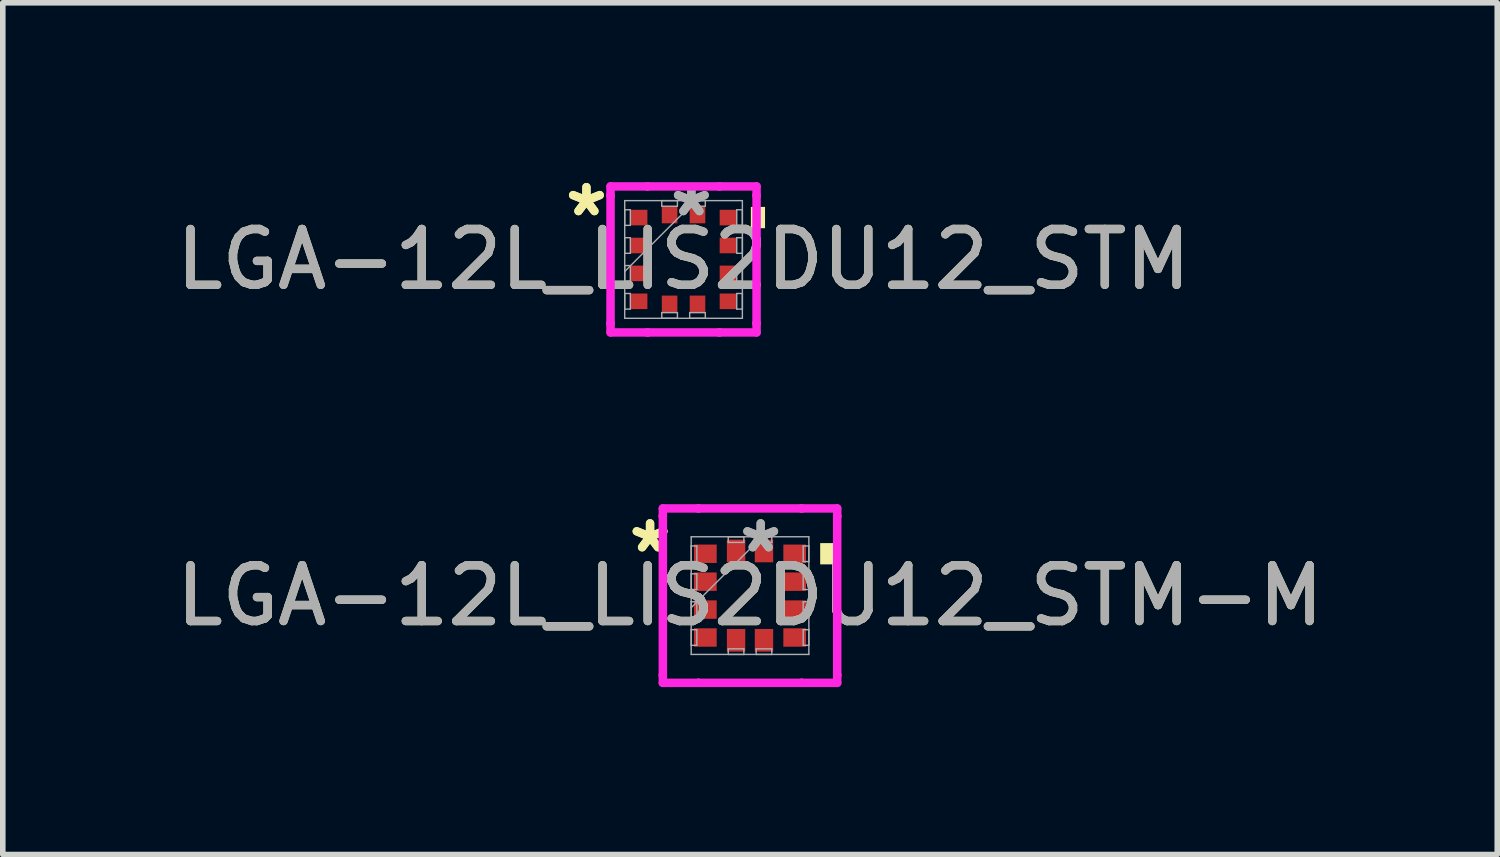
<source format=kicad_pcb>
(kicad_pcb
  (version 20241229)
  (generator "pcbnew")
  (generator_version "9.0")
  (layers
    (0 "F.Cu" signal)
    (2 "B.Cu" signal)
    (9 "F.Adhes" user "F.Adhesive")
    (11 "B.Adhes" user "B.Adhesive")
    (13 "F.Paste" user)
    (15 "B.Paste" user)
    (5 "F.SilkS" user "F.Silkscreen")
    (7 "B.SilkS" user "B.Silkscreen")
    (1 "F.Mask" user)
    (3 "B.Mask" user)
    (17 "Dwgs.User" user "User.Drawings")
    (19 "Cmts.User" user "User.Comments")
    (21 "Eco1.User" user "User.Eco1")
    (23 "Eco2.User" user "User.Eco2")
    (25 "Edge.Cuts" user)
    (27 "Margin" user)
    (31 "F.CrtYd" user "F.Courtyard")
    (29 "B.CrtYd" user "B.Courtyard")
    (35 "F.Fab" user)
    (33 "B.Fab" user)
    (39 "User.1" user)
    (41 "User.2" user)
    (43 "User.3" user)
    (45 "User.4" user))
  (footprint "LGA-12L_LIS2DU12_STM-M"
    (layer "F.Cu")
    (at 10.387 7.621)
    (property "Reference" "LGA-12L_LIS2DU12_STM-M" (at 0 0 0) (unlocked yes) (layer "F.SilkS") (effects (font (size 1 1) (thickness 0.15))))
    (attr smd)
    (fp_poly (pts (xy 1.511 -0.941) (xy 1.511 -0.56) (xy 1.257 -0.56) (xy 1.257 -0.941)) (stroke (width 0) (type solid)) (fill yes) (layer "F.SilkS"))
    (fp_line (start -1.562 -1.562) (end -0.923 -1.562) (stroke (width 0.152) (type solid)) (layer "F.CrtYd"))
    (fp_line (start -1.562 -1.423) (end -1.562 -1.562) (stroke (width 0.152) (type solid)) (layer "F.CrtYd"))
    (fp_line (start -1.562 -1.423) (end -1.562 -1.423) (stroke (width 0.152) (type solid)) (layer "F.CrtYd"))
    (fp_line (start -1.562 1.423) (end -1.562 -1.423) (stroke (width 0.152) (type solid)) (layer "F.CrtYd"))
    (fp_line (start -1.562 1.423) (end -1.562 1.423) (stroke (width 0.152) (type solid)) (layer "F.CrtYd"))
    (fp_line (start -1.562 1.562) (end -1.562 1.423) (stroke (width 0.152) (type solid)) (layer "F.CrtYd"))
    (fp_line (start -0.923 -1.562) (end -0.923 -1.562) (stroke (width 0.152) (type solid)) (layer "F.CrtYd"))
    (fp_line (start -0.923 -1.562) (end 0.923 -1.562) (stroke (width 0.152) (type solid)) (layer "F.CrtYd"))
    (fp_line (start -0.923 1.562) (end -1.562 1.562) (stroke (width 0.152) (type solid)) (layer "F.CrtYd"))
    (fp_line (start -0.923 1.562) (end -0.923 1.562) (stroke (width 0.152) (type solid)) (layer "F.CrtYd"))
    (fp_line (start 0.923 -1.562) (end 0.923 -1.562) (stroke (width 0.152) (type solid)) (layer "F.CrtYd"))
    (fp_line (start 0.923 -1.562) (end 1.562 -1.562) (stroke (width 0.152) (type solid)) (layer "F.CrtYd"))
    (fp_line (start 0.923 1.562) (end -0.923 1.562) (stroke (width 0.152) (type solid)) (layer "F.CrtYd"))
    (fp_line (start 0.923 1.562) (end 0.923 1.562) (stroke (width 0.152) (type solid)) (layer "F.CrtYd"))
    (fp_line (start 1.562 -1.562) (end 1.562 -1.423) (stroke (width 0.152) (type solid)) (layer "F.CrtYd"))
    (fp_line (start 1.562 -1.423) (end 1.562 -1.423) (stroke (width 0.152) (type solid)) (layer "F.CrtYd"))
    (fp_line (start 1.562 -1.423) (end 1.562 1.423) (stroke (width 0.152) (type solid)) (layer "F.CrtYd"))
    (fp_line (start 1.562 1.423) (end 1.562 1.423) (stroke (width 0.152) (type solid)) (layer "F.CrtYd"))
    (fp_line (start 1.562 1.423) (end 1.562 1.562) (stroke (width 0.152) (type solid)) (layer "F.CrtYd"))
    (fp_line (start 1.562 1.562) (end 0.923 1.562) (stroke (width 0.152) (type solid)) (layer "F.CrtYd"))
    (fp_line (start -1.054 -1.054) (end -1.054 1.054) (stroke (width 0.025) (type solid)) (layer "F.Fab"))
    (fp_line (start -1.054 -0.89) (end -0.953 -0.89) (stroke (width 0.025) (type solid)) (layer "F.Fab"))
    (fp_line (start -1.054 -0.61) (end -1.054 -0.89) (stroke (width 0.025) (type solid)) (layer "F.Fab"))
    (fp_line (start -1.054 -0.39) (end -0.953 -0.39) (stroke (width 0.025) (type solid)) (layer "F.Fab"))
    (fp_line (start -1.054 -0.11) (end -1.054 -0.39) (stroke (width 0.025) (type solid)) (layer "F.Fab"))
    (fp_line (start -1.054 0.11) (end -0.953 0.11) (stroke (width 0.025) (type solid)) (layer "F.Fab"))
    (fp_line (start -1.054 0.216) (end 0.216 -1.054) (stroke (width 0.025) (type solid)) (layer "F.Fab"))
    (fp_line (start -1.054 0.39) (end -1.054 0.11) (stroke (width 0.025) (type solid)) (layer "F.Fab"))
    (fp_line (start -1.054 0.61) (end -0.953 0.61) (stroke (width 0.025) (type solid)) (layer "F.Fab"))
    (fp_line (start -1.054 0.89) (end -1.054 0.61) (stroke (width 0.025) (type solid)) (layer "F.Fab"))
    (fp_line (start -1.054 1.054) (end 1.054 1.054) (stroke (width 0.025) (type solid)) (layer "F.Fab"))
    (fp_line (start -0.953 -0.89) (end -0.953 -0.61) (stroke (width 0.025) (type solid)) (layer "F.Fab"))
    (fp_line (start -0.953 -0.61) (end -1.054 -0.61) (stroke (width 0.025) (type solid)) (layer "F.Fab"))
    (fp_line (start -0.953 -0.39) (end -0.953 -0.11) (stroke (width 0.025) (type solid)) (layer "F.Fab"))
    (fp_line (start -0.953 -0.11) (end -1.054 -0.11) (stroke (width 0.025) (type solid)) (layer "F.Fab"))
    (fp_line (start -0.953 0.11) (end -0.953 0.39) (stroke (width 0.025) (type solid)) (layer "F.Fab"))
    (fp_line (start -0.953 0.39) (end -1.054 0.39) (stroke (width 0.025) (type solid)) (layer "F.Fab"))
    (fp_line (start -0.953 0.61) (end -0.953 0.89) (stroke (width 0.025) (type solid)) (layer "F.Fab"))
    (fp_line (start -0.953 0.89) (end -1.054 0.89) (stroke (width 0.025) (type solid)) (layer "F.Fab"))
    (fp_line (start -0.39 -1.054) (end -0.11 -1.054) (stroke (width 0.025) (type solid)) (layer "F.Fab"))
    (fp_line (start -0.39 -0.953) (end -0.39 -1.054) (stroke (width 0.025) (type solid)) (layer "F.Fab"))
    (fp_line (start -0.39 0.953) (end -0.11 0.953) (stroke (width 0.025) (type solid)) (layer "F.Fab"))
    (fp_line (start -0.39 1.054) (end -0.39 0.953) (stroke (width 0.025) (type solid)) (layer "F.Fab"))
    (fp_line (start -0.11 -1.054) (end -0.11 -0.953) (stroke (width 0.025) (type solid)) (layer "F.Fab"))
    (fp_line (start -0.11 -0.953) (end -0.39 -0.953) (stroke (width 0.025) (type solid)) (layer "F.Fab"))
    (fp_line (start -0.11 0.953) (end -0.11 1.054) (stroke (width 0.025) (type solid)) (layer "F.Fab"))
    (fp_line (start -0.11 1.054) (end -0.39 1.054) (stroke (width 0.025) (type solid)) (layer "F.Fab"))
    (fp_line (start 0.11 -1.054) (end 0.39 -1.054) (stroke (width 0.025) (type solid)) (layer "F.Fab"))
    (fp_line (start 0.11 -0.953) (end 0.11 -1.054) (stroke (width 0.025) (type solid)) (layer "F.Fab"))
    (fp_line (start 0.11 0.953) (end 0.39 0.953) (stroke (width 0.025) (type solid)) (layer "F.Fab"))
    (fp_line (start 0.11 1.054) (end 0.11 0.953) (stroke (width 0.025) (type solid)) (layer "F.Fab"))
    (fp_line (start 0.39 -1.054) (end 0.39 -0.953) (stroke (width 0.025) (type solid)) (layer "F.Fab"))
    (fp_line (start 0.39 -0.953) (end 0.11 -0.953) (stroke (width 0.025) (type solid)) (layer "F.Fab"))
    (fp_line (start 0.39 0.953) (end 0.39 1.054) (stroke (width 0.025) (type solid)) (layer "F.Fab"))
    (fp_line (start 0.39 1.054) (end 0.11 1.054) (stroke (width 0.025) (type solid)) (layer "F.Fab"))
    (fp_line (start 0.953 -0.89) (end 1.054 -0.89) (stroke (width 0.025) (type solid)) (layer "F.Fab"))
    (fp_line (start 0.953 -0.61) (end 0.953 -0.89) (stroke (width 0.025) (type solid)) (layer "F.Fab"))
    (fp_line (start 0.953 -0.39) (end 1.054 -0.39) (stroke (width 0.025) (type solid)) (layer "F.Fab"))
    (fp_line (start 0.953 -0.11) (end 0.953 -0.39) (stroke (width 0.025) (type solid)) (layer "F.Fab"))
    (fp_line (start 0.953 0.11) (end 1.054 0.11) (stroke (width 0.025) (type solid)) (layer "F.Fab"))
    (fp_line (start 0.953 0.39) (end 0.953 0.11) (stroke (width 0.025) (type solid)) (layer "F.Fab"))
    (fp_line (start 0.953 0.61) (end 1.054 0.61) (stroke (width 0.025) (type solid)) (layer "F.Fab"))
    (fp_line (start 0.953 0.89) (end 0.953 0.61) (stroke (width 0.025) (type solid)) (layer "F.Fab"))
    (fp_line (start 1.054 -1.054) (end -1.054 -1.054) (stroke (width 0.025) (type solid)) (layer "F.Fab"))
    (fp_line (start 1.054 -0.89) (end 1.054 -0.61) (stroke (width 0.025) (type solid)) (layer "F.Fab"))
    (fp_line (start 1.054 -0.61) (end 0.953 -0.61) (stroke (width 0.025) (type solid)) (layer "F.Fab"))
    (fp_line (start 1.054 -0.39) (end 1.054 -0.11) (stroke (width 0.025) (type solid)) (layer "F.Fab"))
    (fp_line (start 1.054 -0.11) (end 0.953 -0.11) (stroke (width 0.025) (type solid)) (layer "F.Fab"))
    (fp_line (start 1.054 0.11) (end 1.054 0.39) (stroke (width 0.025) (type solid)) (layer "F.Fab"))
    (fp_line (start 1.054 0.39) (end 0.953 0.39) (stroke (width 0.025) (type solid)) (layer "F.Fab"))
    (fp_line (start 1.054 0.61) (end 1.054 0.89) (stroke (width 0.025) (type solid)) (layer "F.Fab"))
    (fp_line (start 1.054 0.89) (end 0.953 0.89) (stroke (width 0.025) (type solid)) (layer "F.Fab"))
    (fp_line (start 1.054 1.054) (end 1.054 -1.054) (stroke (width 0.025) (type solid)) (layer "F.Fab"))
    (fp_text user "*" (at -1.791 -0.75 0) (layer "F.SilkS") (effects (font (size 1 1) (thickness 0.15))))
    (fp_text user "*" (at -1.791 -0.75 0) (unlocked yes) (layer "F.SilkS") (effects (font (size 1 1) (thickness 0.15))))
    (fp_text user "*" (at 0.191 -0.75 0) (unlocked yes) (layer "F.Fab") (effects (font (size 1 1) (thickness 0.15))))
    (fp_text user "*" (at 0.191 -0.75 0) (layer "F.Fab") (effects (font (size 1 1) (thickness 0.15))))
    (fp_text user "${REFERENCE}" (at 0 0 0) (unlocked yes) (layer "F.Fab") (effects (font (size 1 1) (thickness 0.15))))
    (pad "1" smd rect (at -0.8 -0.75 90) (size 0.33 0.406) (layers "F.Cu" "F.Mask" "F.Paste"))
    (pad "2" smd rect (at -0.8 -0.25 90) (size 0.33 0.406) (layers "F.Cu" "F.Mask" "F.Paste"))
    (pad "3" smd rect (at -0.8 0.25 90) (size 0.33 0.406) (layers "F.Cu" "F.Mask" "F.Paste"))
    (pad "4" smd rect (at -0.8 0.75 90) (size 0.33 0.406) (layers "F.Cu" "F.Mask" "F.Paste"))
    (pad "5" smd rect (at -0.25 0.8) (size 0.33 0.406) (layers "F.Cu" "F.Mask" "F.Paste"))
    (pad "6" smd rect (at 0.25 0.8) (size 0.33 0.406) (layers "F.Cu" "F.Mask" "F.Paste"))
    (pad "7" smd rect (at 0.8 0.75 90) (size 0.33 0.406) (layers "F.Cu" "F.Mask" "F.Paste"))
    (pad "8" smd rect (at 0.8 0.25 90) (size 0.33 0.406) (layers "F.Cu" "F.Mask" "F.Paste"))
    (pad "9" smd rect (at 0.8 -0.25 90) (size 0.33 0.406) (layers "F.Cu" "F.Mask" "F.Paste"))
    (pad "10" smd rect (at 0.8 -0.75 90) (size 0.33 0.406) (layers "F.Cu" "F.Mask" "F.Paste"))
    (pad "11" smd rect (at 0.25 -0.8) (size 0.33 0.406) (layers "F.Cu" "F.Mask" "F.Paste"))
    (pad "12" smd rect (at -0.25 -0.8) (size 0.33 0.406) (layers "F.Cu" "F.Mask" "F.Paste")))
  (footprint "LGA-12L_LIS2DU12_STM"
    (layer "F.Cu")
    (at 9.196 1.598)
    (property "Reference" "LGA-12L_LIS2DU12_STM" (at 0 0 0) (unlocked yes) (layer "F.SilkS") (effects (font (size 1 1) (thickness 0.15))))
    (attr smd)
    (fp_poly (pts (xy 1.46 -0.941) (xy 1.46 -0.56) (xy 1.206 -0.56) (xy 1.206 -0.941)) (stroke (width 0) (type solid)) (fill yes) (layer "F.SilkS"))
    (fp_line (start -1.308 -1.308) (end -0.644 -1.308) (stroke (width 0.152) (type solid)) (layer "F.CrtYd"))
    (fp_line (start -1.308 -1.144) (end -1.308 -1.308) (stroke (width 0.152) (type solid)) (layer "F.CrtYd"))
    (fp_line (start -1.308 -1.144) (end -1.308 -1.144) (stroke (width 0.152) (type solid)) (layer "F.CrtYd"))
    (fp_line (start -1.308 1.144) (end -1.308 -1.144) (stroke (width 0.152) (type solid)) (layer "F.CrtYd"))
    (fp_line (start -1.308 1.144) (end -1.308 1.144) (stroke (width 0.152) (type solid)) (layer "F.CrtYd"))
    (fp_line (start -1.308 1.308) (end -1.308 1.144) (stroke (width 0.152) (type solid)) (layer "F.CrtYd"))
    (fp_line (start -0.644 -1.308) (end -0.644 -1.308) (stroke (width 0.152) (type solid)) (layer "F.CrtYd"))
    (fp_line (start -0.644 -1.308) (end 0.644 -1.308) (stroke (width 0.152) (type solid)) (layer "F.CrtYd"))
    (fp_line (start -0.644 1.308) (end -1.308 1.308) (stroke (width 0.152) (type solid)) (layer "F.CrtYd"))
    (fp_line (start -0.644 1.308) (end -0.644 1.308) (stroke (width 0.152) (type solid)) (layer "F.CrtYd"))
    (fp_line (start 0.644 -1.308) (end 0.644 -1.308) (stroke (width 0.152) (type solid)) (layer "F.CrtYd"))
    (fp_line (start 0.644 -1.308) (end 1.308 -1.308) (stroke (width 0.152) (type solid)) (layer "F.CrtYd"))
    (fp_line (start 0.644 1.308) (end -0.644 1.308) (stroke (width 0.152) (type solid)) (layer "F.CrtYd"))
    (fp_line (start 0.644 1.308) (end 0.644 1.308) (stroke (width 0.152) (type solid)) (layer "F.CrtYd"))
    (fp_line (start 1.308 -1.308) (end 1.308 -1.144) (stroke (width 0.152) (type solid)) (layer "F.CrtYd"))
    (fp_line (start 1.308 -1.144) (end 1.308 -1.144) (stroke (width 0.152) (type solid)) (layer "F.CrtYd"))
    (fp_line (start 1.308 -1.144) (end 1.308 1.144) (stroke (width 0.152) (type solid)) (layer "F.CrtYd"))
    (fp_line (start 1.308 1.144) (end 1.308 1.144) (stroke (width 0.152) (type solid)) (layer "F.CrtYd"))
    (fp_line (start 1.308 1.144) (end 1.308 1.308) (stroke (width 0.152) (type solid)) (layer "F.CrtYd"))
    (fp_line (start 1.308 1.308) (end 0.644 1.308) (stroke (width 0.152) (type solid)) (layer "F.CrtYd"))
    (fp_line (start -1.054 -1.054) (end -1.054 1.054) (stroke (width 0.025) (type solid)) (layer "F.Fab"))
    (fp_line (start -1.054 -0.89) (end -0.953 -0.89) (stroke (width 0.025) (type solid)) (layer "F.Fab"))
    (fp_line (start -1.054 -0.61) (end -1.054 -0.89) (stroke (width 0.025) (type solid)) (layer "F.Fab"))
    (fp_line (start -1.054 -0.39) (end -0.953 -0.39) (stroke (width 0.025) (type solid)) (layer "F.Fab"))
    (fp_line (start -1.054 -0.11) (end -1.054 -0.39) (stroke (width 0.025) (type solid)) (layer "F.Fab"))
    (fp_line (start -1.054 0.11) (end -0.953 0.11) (stroke (width 0.025) (type solid)) (layer "F.Fab"))
    (fp_line (start -1.054 0.216) (end 0.216 -1.054) (stroke (width 0.025) (type solid)) (layer "F.Fab"))
    (fp_line (start -1.054 0.39) (end -1.054 0.11) (stroke (width 0.025) (type solid)) (layer "F.Fab"))
    (fp_line (start -1.054 0.61) (end -0.953 0.61) (stroke (width 0.025) (type solid)) (layer "F.Fab"))
    (fp_line (start -1.054 0.89) (end -1.054 0.61) (stroke (width 0.025) (type solid)) (layer "F.Fab"))
    (fp_line (start -1.054 1.054) (end 1.054 1.054) (stroke (width 0.025) (type solid)) (layer "F.Fab"))
    (fp_line (start -0.953 -0.89) (end -0.953 -0.61) (stroke (width 0.025) (type solid)) (layer "F.Fab"))
    (fp_line (start -0.953 -0.61) (end -1.054 -0.61) (stroke (width 0.025) (type solid)) (layer "F.Fab"))
    (fp_line (start -0.953 -0.39) (end -0.953 -0.11) (stroke (width 0.025) (type solid)) (layer "F.Fab"))
    (fp_line (start -0.953 -0.11) (end -1.054 -0.11) (stroke (width 0.025) (type solid)) (layer "F.Fab"))
    (fp_line (start -0.953 0.11) (end -0.953 0.39) (stroke (width 0.025) (type solid)) (layer "F.Fab"))
    (fp_line (start -0.953 0.39) (end -1.054 0.39) (stroke (width 0.025) (type solid)) (layer "F.Fab"))
    (fp_line (start -0.953 0.61) (end -0.953 0.89) (stroke (width 0.025) (type solid)) (layer "F.Fab"))
    (fp_line (start -0.953 0.89) (end -1.054 0.89) (stroke (width 0.025) (type solid)) (layer "F.Fab"))
    (fp_line (start -0.39 -1.054) (end -0.11 -1.054) (stroke (width 0.025) (type solid)) (layer "F.Fab"))
    (fp_line (start -0.39 -0.953) (end -0.39 -1.054) (stroke (width 0.025) (type solid)) (layer "F.Fab"))
    (fp_line (start -0.39 0.953) (end -0.11 0.953) (stroke (width 0.025) (type solid)) (layer "F.Fab"))
    (fp_line (start -0.39 1.054) (end -0.39 0.953) (stroke (width 0.025) (type solid)) (layer "F.Fab"))
    (fp_line (start -0.11 -1.054) (end -0.11 -0.953) (stroke (width 0.025) (type solid)) (layer "F.Fab"))
    (fp_line (start -0.11 -0.953) (end -0.39 -0.953) (stroke (width 0.025) (type solid)) (layer "F.Fab"))
    (fp_line (start -0.11 0.953) (end -0.11 1.054) (stroke (width 0.025) (type solid)) (layer "F.Fab"))
    (fp_line (start -0.11 1.054) (end -0.39 1.054) (stroke (width 0.025) (type solid)) (layer "F.Fab"))
    (fp_line (start 0.11 -1.054) (end 0.39 -1.054) (stroke (width 0.025) (type solid)) (layer "F.Fab"))
    (fp_line (start 0.11 -0.953) (end 0.11 -1.054) (stroke (width 0.025) (type solid)) (layer "F.Fab"))
    (fp_line (start 0.11 0.953) (end 0.39 0.953) (stroke (width 0.025) (type solid)) (layer "F.Fab"))
    (fp_line (start 0.11 1.054) (end 0.11 0.953) (stroke (width 0.025) (type solid)) (layer "F.Fab"))
    (fp_line (start 0.39 -1.054) (end 0.39 -0.953) (stroke (width 0.025) (type solid)) (layer "F.Fab"))
    (fp_line (start 0.39 -0.953) (end 0.11 -0.953) (stroke (width 0.025) (type solid)) (layer "F.Fab"))
    (fp_line (start 0.39 0.953) (end 0.39 1.054) (stroke (width 0.025) (type solid)) (layer "F.Fab"))
    (fp_line (start 0.39 1.054) (end 0.11 1.054) (stroke (width 0.025) (type solid)) (layer "F.Fab"))
    (fp_line (start 0.953 -0.89) (end 1.054 -0.89) (stroke (width 0.025) (type solid)) (layer "F.Fab"))
    (fp_line (start 0.953 -0.61) (end 0.953 -0.89) (stroke (width 0.025) (type solid)) (layer "F.Fab"))
    (fp_line (start 0.953 -0.39) (end 1.054 -0.39) (stroke (width 0.025) (type solid)) (layer "F.Fab"))
    (fp_line (start 0.953 -0.11) (end 0.953 -0.39) (stroke (width 0.025) (type solid)) (layer "F.Fab"))
    (fp_line (start 0.953 0.11) (end 1.054 0.11) (stroke (width 0.025) (type solid)) (layer "F.Fab"))
    (fp_line (start 0.953 0.39) (end 0.953 0.11) (stroke (width 0.025) (type solid)) (layer "F.Fab"))
    (fp_line (start 0.953 0.61) (end 1.054 0.61) (stroke (width 0.025) (type solid)) (layer "F.Fab"))
    (fp_line (start 0.953 0.89) (end 0.953 0.61) (stroke (width 0.025) (type solid)) (layer "F.Fab"))
    (fp_line (start 1.054 -1.054) (end -1.054 -1.054) (stroke (width 0.025) (type solid)) (layer "F.Fab"))
    (fp_line (start 1.054 -0.89) (end 1.054 -0.61) (stroke (width 0.025) (type solid)) (layer "F.Fab"))
    (fp_line (start 1.054 -0.61) (end 0.953 -0.61) (stroke (width 0.025) (type solid)) (layer "F.Fab"))
    (fp_line (start 1.054 -0.39) (end 1.054 -0.11) (stroke (width 0.025) (type solid)) (layer "F.Fab"))
    (fp_line (start 1.054 -0.11) (end 0.953 -0.11) (stroke (width 0.025) (type solid)) (layer "F.Fab"))
    (fp_line (start 1.054 0.11) (end 1.054 0.39) (stroke (width 0.025) (type solid)) (layer "F.Fab"))
    (fp_line (start 1.054 0.39) (end 0.953 0.39) (stroke (width 0.025) (type solid)) (layer "F.Fab"))
    (fp_line (start 1.054 0.61) (end 1.054 0.89) (stroke (width 0.025) (type solid)) (layer "F.Fab"))
    (fp_line (start 1.054 0.89) (end 0.953 0.89) (stroke (width 0.025) (type solid)) (layer "F.Fab"))
    (fp_line (start 1.054 1.054) (end 1.054 -1.054) (stroke (width 0.025) (type solid)) (layer "F.Fab"))
    (fp_text user "*" (at -1.74 -0.75 0) (layer "F.SilkS") (effects (font (size 1 1) (thickness 0.15))))
    (fp_text user "*" (at -1.74 -0.75 0) (unlocked yes) (layer "F.SilkS") (effects (font (size 1 1) (thickness 0.15))))
    (fp_text user "*" (at 0.14 -0.75 0) (unlocked yes) (layer "F.Fab") (effects (font (size 1 1) (thickness 0.15))))
    (fp_text user "*" (at 0.14 -0.75 0) (layer "F.Fab") (effects (font (size 1 1) (thickness 0.15))))
    (fp_text user "${REFERENCE}" (at 0 0 0) (unlocked yes) (layer "F.Fab") (effects (font (size 1 1) (thickness 0.15))))
    (pad "1" smd rect (at -0.8 -0.75 90) (size 0.279 0.305) (layers "F.Cu" "F.Mask" "F.Paste"))
    (pad "2" smd rect (at -0.8 -0.25 90) (size 0.279 0.305) (layers "F.Cu" "F.Mask" "F.Paste"))
    (pad "3" smd rect (at -0.8 0.25 90) (size 0.279 0.305) (layers "F.Cu" "F.Mask" "F.Paste"))
    (pad "4" smd rect (at -0.8 0.75 90) (size 0.279 0.305) (layers "F.Cu" "F.Mask" "F.Paste"))
    (pad "5" smd rect (at -0.25 0.8) (size 0.279 0.305) (layers "F.Cu" "F.Mask" "F.Paste"))
    (pad "6" smd rect (at 0.25 0.8) (size 0.279 0.305) (layers "F.Cu" "F.Mask" "F.Paste"))
    (pad "7" smd rect (at 0.8 0.75 90) (size 0.279 0.305) (layers "F.Cu" "F.Mask" "F.Paste"))
    (pad "8" smd rect (at 0.8 0.25 90) (size 0.279 0.305) (layers "F.Cu" "F.Mask" "F.Paste"))
    (pad "9" smd rect (at 0.8 -0.25 90) (size 0.279 0.305) (layers "F.Cu" "F.Mask" "F.Paste"))
    (pad "10" smd rect (at 0.8 -0.75 90) (size 0.279 0.305) (layers "F.Cu" "F.Mask" "F.Paste"))
    (pad "11" smd rect (at 0.25 -0.8) (size 0.279 0.305) (layers "F.Cu" "F.Mask" "F.Paste"))
    (pad "12" smd rect (at -0.25 -0.8) (size 0.279 0.305) (layers "F.Cu" "F.Mask" "F.Paste")))
  (gr_rect
    (start -3 -3)
    (end 23.774 12.259)
    (stroke (width 0.1) (type default))
    (fill no)
    (layer "Edge.Cuts")))
</source>
